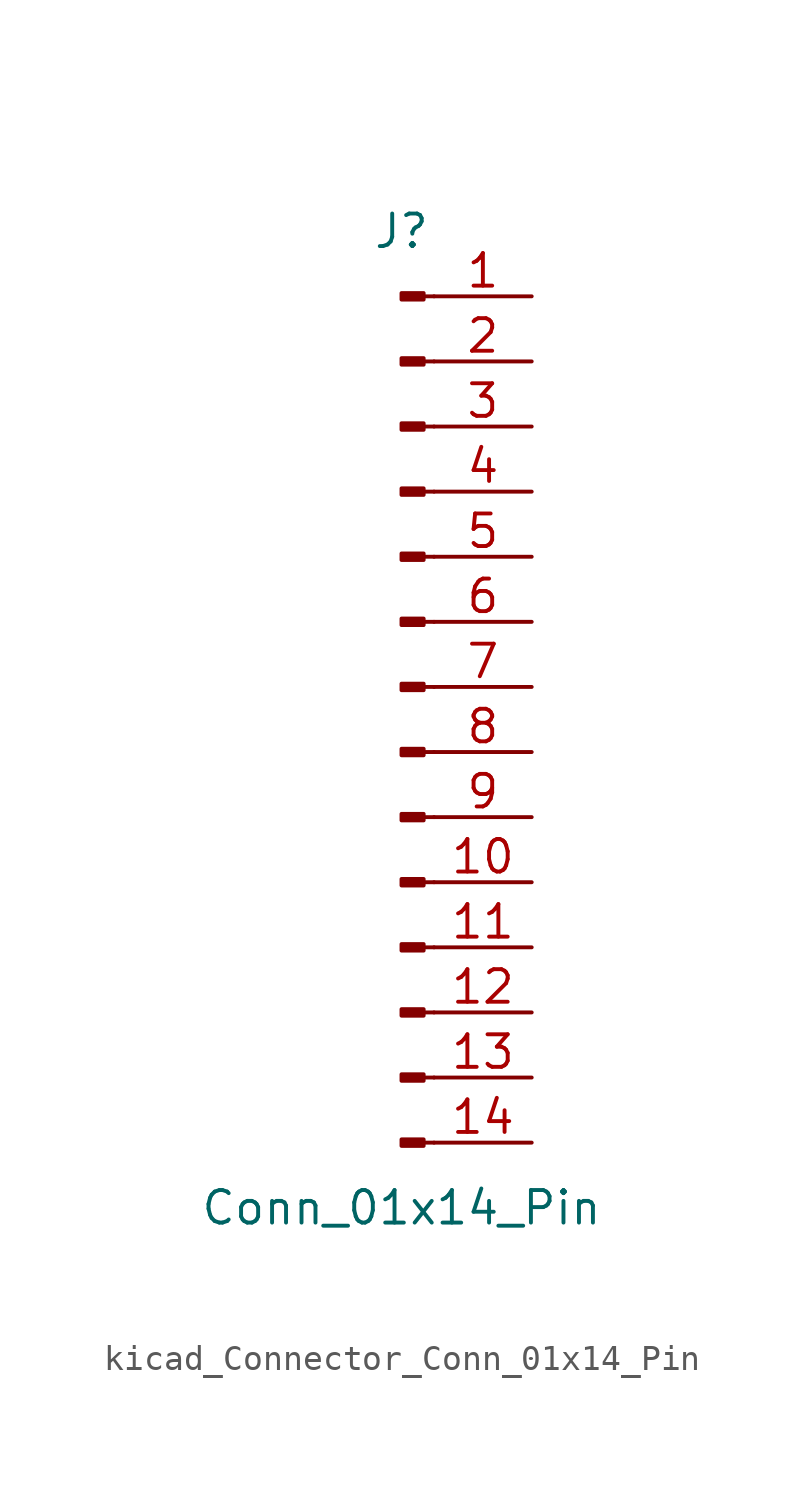
<source format=kicad_sym>
(kicad_symbol_lib
  (version 20220914)
  (generator kicad_symbol_editor)
  (symbol "kicad_Connector_Conn_01x14_Pin"
    (pin_names
      (offset 1.016) hide)
    (property "Reference" "J"
      (at 0 17.78 0)
      (effects (font (size 1.27 1.27))))
    (property "Value" "Conn_01x14_Pin"
      (at 0 -20.32 0)
      (effects (font (size 1.27 1.27))))
    (property "ki_locked" ""
      (at 0 0 0)
      (effects (font (size 1.27 1.27))))
    (symbol "kicad_Connector_Conn_01x14_Pin_1_1"
      (polyline (pts (xy 1.27 -17.78) (xy 0.864 -17.78)) (stroke (width 0.152) (type default)) (fill (type none)))
      (polyline (pts (xy 1.27 -15.24) (xy 0.864 -15.24)) (stroke (width 0.152) (type default)) (fill (type none)))
      (polyline (pts (xy 1.27 -12.7) (xy 0.864 -12.7)) (stroke (width 0.152) (type default)) (fill (type none)))
      (polyline (pts (xy 1.27 -10.16) (xy 0.864 -10.16)) (stroke (width 0.152) (type default)) (fill (type none)))
      (polyline (pts (xy 1.27 -7.62) (xy 0.864 -7.62)) (stroke (width 0.152) (type default)) (fill (type none)))
      (polyline (pts (xy 1.27 -5.08) (xy 0.864 -5.08)) (stroke (width 0.152) (type default)) (fill (type none)))
      (polyline (pts (xy 1.27 -2.54) (xy 0.864 -2.54)) (stroke (width 0.152) (type default)) (fill (type none)))
      (polyline (pts (xy 1.27 0) (xy 0.864 0)) (stroke (width 0.152) (type default)) (fill (type none)))
      (polyline (pts (xy 1.27 2.54) (xy 0.864 2.54)) (stroke (width 0.152) (type default)) (fill (type none)))
      (polyline (pts (xy 1.27 5.08) (xy 0.864 5.08)) (stroke (width 0.152) (type default)) (fill (type none)))
      (polyline (pts (xy 1.27 7.62) (xy 0.864 7.62)) (stroke (width 0.152) (type default)) (fill (type none)))
      (polyline (pts (xy 1.27 10.16) (xy 0.864 10.16)) (stroke (width 0.152) (type default)) (fill (type none)))
      (polyline (pts (xy 1.27 12.7) (xy 0.864 12.7)) (stroke (width 0.152) (type default)) (fill (type none)))
      (polyline (pts (xy 1.27 15.24) (xy 0.864 15.24)) (stroke (width 0.152) (type default)) (fill (type none)))
      (rectangle (start 0.864 -17.653) (end 0 -17.907) (stroke (width 0.152) (type default)) (fill (type outline)))
      (rectangle (start 0.864 -15.113) (end 0 -15.367) (stroke (width 0.152) (type default)) (fill (type outline)))
      (rectangle (start 0.864 -12.573) (end 0 -12.827) (stroke (width 0.152) (type default)) (fill (type outline)))
      (rectangle (start 0.864 -10.033) (end 0 -10.287) (stroke (width 0.152) (type default)) (fill (type outline)))
      (rectangle (start 0.864 -7.493) (end 0 -7.747) (stroke (width 0.152) (type default)) (fill (type outline)))
      (rectangle (start 0.864 -4.953) (end 0 -5.207) (stroke (width 0.152) (type default)) (fill (type outline)))
      (rectangle (start 0.864 -2.413) (end 0 -2.667) (stroke (width 0.152) (type default)) (fill (type outline)))
      (rectangle (start 0.864 0.127) (end 0 -0.127) (stroke (width 0.152) (type default)) (fill (type outline)))
      (rectangle (start 0.864 2.667) (end 0 2.413) (stroke (width 0.152) (type default)) (fill (type outline)))
      (rectangle (start 0.864 5.207) (end 0 4.953) (stroke (width 0.152) (type default)) (fill (type outline)))
      (rectangle (start 0.864 7.747) (end 0 7.493) (stroke (width 0.152) (type default)) (fill (type outline)))
      (rectangle (start 0.864 10.287) (end 0 10.033) (stroke (width 0.152) (type default)) (fill (type outline)))
      (rectangle (start 0.864 12.827) (end 0 12.573) (stroke (width 0.152) (type default)) (fill (type outline)))
      (rectangle (start 0.864 15.367) (end 0 15.113) (stroke (width 0.152) (type default)) (fill (type outline)))
      (pin passive line (at 5.08 15.24 180) (length 3.81) (name "Pin_1" (effects (font (size 1.27 1.27)))) (number "1" (effects (font (size 1.27 1.27)))))
      (pin passive line (at 5.08 -7.62 180) (length 3.81) (name "Pin_10" (effects (font (size 1.27 1.27)))) (number "10" (effects (font (size 1.27 1.27)))))
      (pin passive line (at 5.08 -10.16 180) (length 3.81) (name "Pin_11" (effects (font (size 1.27 1.27)))) (number "11" (effects (font (size 1.27 1.27)))))
      (pin passive line (at 5.08 -12.7 180) (length 3.81) (name "Pin_12" (effects (font (size 1.27 1.27)))) (number "12" (effects (font (size 1.27 1.27)))))
      (pin passive line (at 5.08 -15.24 180) (length 3.81) (name "Pin_13" (effects (font (size 1.27 1.27)))) (number "13" (effects (font (size 1.27 1.27)))))
      (pin passive line (at 5.08 -17.78 180) (length 3.81) (name "Pin_14" (effects (font (size 1.27 1.27)))) (number "14" (effects (font (size 1.27 1.27)))))
      (pin passive line (at 5.08 12.7 180) (length 3.81) (name "Pin_2" (effects (font (size 1.27 1.27)))) (number "2" (effects (font (size 1.27 1.27)))))
      (pin passive line (at 5.08 10.16 180) (length 3.81) (name "Pin_3" (effects (font (size 1.27 1.27)))) (number "3" (effects (font (size 1.27 1.27)))))
      (pin passive line (at 5.08 7.62 180) (length 3.81) (name "Pin_4" (effects (font (size 1.27 1.27)))) (number "4" (effects (font (size 1.27 1.27)))))
      (pin passive line (at 5.08 5.08 180) (length 3.81) (name "Pin_5" (effects (font (size 1.27 1.27)))) (number "5" (effects (font (size 1.27 1.27)))))
      (pin passive line (at 5.08 2.54 180) (length 3.81) (name "Pin_6" (effects (font (size 1.27 1.27)))) (number "6" (effects (font (size 1.27 1.27)))))
      (pin passive line (at 5.08 0 180) (length 3.81) (name "Pin_7" (effects (font (size 1.27 1.27)))) (number "7" (effects (font (size 1.27 1.27)))))
      (pin passive line (at 5.08 -2.54 180) (length 3.81) (name "Pin_8" (effects (font (size 1.27 1.27)))) (number "8" (effects (font (size 1.27 1.27)))))
      (pin passive line (at 5.08 -5.08 180) (length 3.81) (name "Pin_9" (effects (font (size 1.27 1.27)))) (number "9" (effects (font (size 1.27 1.27))))))))
</source>
